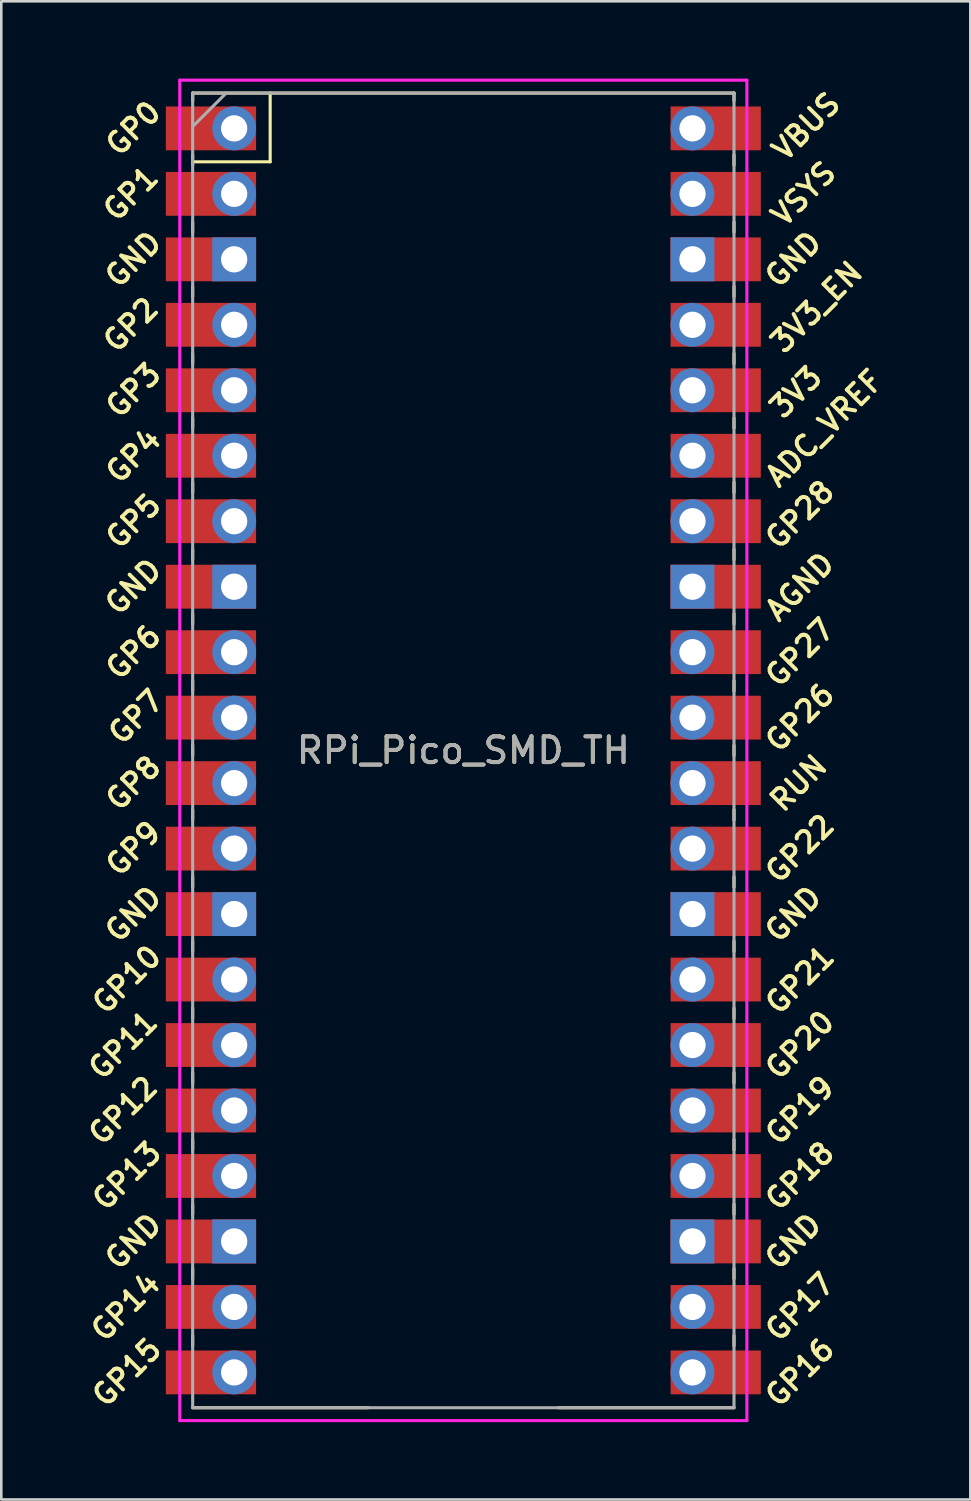
<source format=kicad_pcb>
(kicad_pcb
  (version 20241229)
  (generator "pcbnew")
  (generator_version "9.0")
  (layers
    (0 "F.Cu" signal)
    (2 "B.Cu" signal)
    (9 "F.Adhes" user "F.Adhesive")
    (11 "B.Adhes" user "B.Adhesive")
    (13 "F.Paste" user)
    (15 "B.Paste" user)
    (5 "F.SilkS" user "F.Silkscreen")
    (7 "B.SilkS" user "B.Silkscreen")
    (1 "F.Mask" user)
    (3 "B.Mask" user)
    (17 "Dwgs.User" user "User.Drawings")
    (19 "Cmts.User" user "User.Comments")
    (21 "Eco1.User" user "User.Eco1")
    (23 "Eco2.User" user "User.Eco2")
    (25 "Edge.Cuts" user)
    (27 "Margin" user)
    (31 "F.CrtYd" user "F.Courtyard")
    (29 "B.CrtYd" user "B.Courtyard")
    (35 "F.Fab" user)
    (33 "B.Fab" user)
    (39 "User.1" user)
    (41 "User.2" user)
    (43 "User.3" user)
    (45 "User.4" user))
  (footprint "RPi_Pico_SMD_TH"
    (layer "F.Cu")
    (at 14.924 26.06)
    (property "Reference" "RPi_Pico_SMD_TH" (at 0 0 0) (layer "F.SilkS") (effects (font (size 1 1) (thickness 0.15))))
    (attr through_hole)
    (fp_line (start -10.5 -25.5) (end -10.5 -25.2) (stroke (width 0.12) (type solid)) (layer "F.SilkS"))
    (fp_line (start -10.5 -25.5) (end 10.5 -25.5) (stroke (width 0.12) (type solid)) (layer "F.SilkS"))
    (fp_line (start -10.5 -23.1) (end -10.5 -22.7) (stroke (width 0.12) (type solid)) (layer "F.SilkS"))
    (fp_line (start -10.5 -22.833) (end -7.493 -22.833) (stroke (width 0.12) (type solid)) (layer "F.SilkS"))
    (fp_line (start -10.5 -20.5) (end -10.5 -20.1) (stroke (width 0.12) (type solid)) (layer "F.SilkS"))
    (fp_line (start -10.5 -18) (end -10.5 -17.6) (stroke (width 0.12) (type solid)) (layer "F.SilkS"))
    (fp_line (start -10.5 -15.4) (end -10.5 -15) (stroke (width 0.12) (type solid)) (layer "F.SilkS"))
    (fp_line (start -10.5 -12.9) (end -10.5 -12.5) (stroke (width 0.12) (type solid)) (layer "F.SilkS"))
    (fp_line (start -10.5 -10.4) (end -10.5 -10) (stroke (width 0.12) (type solid)) (layer "F.SilkS"))
    (fp_line (start -10.5 -7.8) (end -10.5 -7.4) (stroke (width 0.12) (type solid)) (layer "F.SilkS"))
    (fp_line (start -10.5 -5.3) (end -10.5 -4.9) (stroke (width 0.12) (type solid)) (layer "F.SilkS"))
    (fp_line (start -10.5 -2.7) (end -10.5 -2.3) (stroke (width 0.12) (type solid)) (layer "F.SilkS"))
    (fp_line (start -10.5 -0.2) (end -10.5 0.2) (stroke (width 0.12) (type solid)) (layer "F.SilkS"))
    (fp_line (start -10.5 2.3) (end -10.5 2.7) (stroke (width 0.12) (type solid)) (layer "F.SilkS"))
    (fp_line (start -10.5 4.9) (end -10.5 5.3) (stroke (width 0.12) (type solid)) (layer "F.SilkS"))
    (fp_line (start -10.5 7.4) (end -10.5 7.8) (stroke (width 0.12) (type solid)) (layer "F.SilkS"))
    (fp_line (start -10.5 10) (end -10.5 10.4) (stroke (width 0.12) (type solid)) (layer "F.SilkS"))
    (fp_line (start -10.5 12.5) (end -10.5 12.9) (stroke (width 0.12) (type solid)) (layer "F.SilkS"))
    (fp_line (start -10.5 15.1) (end -10.5 15.5) (stroke (width 0.12) (type solid)) (layer "F.SilkS"))
    (fp_line (start -10.5 17.6) (end -10.5 18) (stroke (width 0.12) (type solid)) (layer "F.SilkS"))
    (fp_line (start -10.5 20.1) (end -10.5 20.5) (stroke (width 0.12) (type solid)) (layer "F.SilkS"))
    (fp_line (start -10.5 22.7) (end -10.5 23.1) (stroke (width 0.12) (type solid)) (layer "F.SilkS"))
    (fp_line (start -7.493 -22.833) (end -7.493 -25.5) (stroke (width 0.12) (type solid)) (layer "F.SilkS"))
    (fp_line (start -3.7 25.5) (end -10.5 25.5) (stroke (width 0.12) (type solid)) (layer "F.SilkS"))
    (fp_line (start 10.5 -25.5) (end 10.5 -25.2) (stroke (width 0.12) (type solid)) (layer "F.SilkS"))
    (fp_line (start 10.5 -23.1) (end 10.5 -22.7) (stroke (width 0.12) (type solid)) (layer "F.SilkS"))
    (fp_line (start 10.5 -20.5) (end 10.5 -20.1) (stroke (width 0.12) (type solid)) (layer "F.SilkS"))
    (fp_line (start 10.5 -18) (end 10.5 -17.6) (stroke (width 0.12) (type solid)) (layer "F.SilkS"))
    (fp_line (start 10.5 -15.4) (end 10.5 -15) (stroke (width 0.12) (type solid)) (layer "F.SilkS"))
    (fp_line (start 10.5 -12.9) (end 10.5 -12.5) (stroke (width 0.12) (type solid)) (layer "F.SilkS"))
    (fp_line (start 10.5 -10.4) (end 10.5 -10) (stroke (width 0.12) (type solid)) (layer "F.SilkS"))
    (fp_line (start 10.5 -7.8) (end 10.5 -7.4) (stroke (width 0.12) (type solid)) (layer "F.SilkS"))
    (fp_line (start 10.5 -5.3) (end 10.5 -4.9) (stroke (width 0.12) (type solid)) (layer "F.SilkS"))
    (fp_line (start 10.5 -2.7) (end 10.5 -2.3) (stroke (width 0.12) (type solid)) (layer "F.SilkS"))
    (fp_line (start 10.5 -0.2) (end 10.5 0.2) (stroke (width 0.12) (type solid)) (layer "F.SilkS"))
    (fp_line (start 10.5 2.3) (end 10.5 2.7) (stroke (width 0.12) (type solid)) (layer "F.SilkS"))
    (fp_line (start 10.5 4.9) (end 10.5 5.3) (stroke (width 0.12) (type solid)) (layer "F.SilkS"))
    (fp_line (start 10.5 7.4) (end 10.5 7.8) (stroke (width 0.12) (type solid)) (layer "F.SilkS"))
    (fp_line (start 10.5 10) (end 10.5 10.4) (stroke (width 0.12) (type solid)) (layer "F.SilkS"))
    (fp_line (start 10.5 12.5) (end 10.5 12.9) (stroke (width 0.12) (type solid)) (layer "F.SilkS"))
    (fp_line (start 10.5 15.1) (end 10.5 15.5) (stroke (width 0.12) (type solid)) (layer "F.SilkS"))
    (fp_line (start 10.5 17.6) (end 10.5 18) (stroke (width 0.12) (type solid)) (layer "F.SilkS"))
    (fp_line (start 10.5 20.1) (end 10.5 20.5) (stroke (width 0.12) (type solid)) (layer "F.SilkS"))
    (fp_line (start 10.5 22.7) (end 10.5 23.1) (stroke (width 0.12) (type solid)) (layer "F.SilkS"))
    (fp_line (start 10.5 25.5) (end 3.7 25.5) (stroke (width 0.12) (type solid)) (layer "F.SilkS"))
    (fp_line (start -11 -26) (end 11 -26) (stroke (width 0.12) (type solid)) (layer "F.CrtYd"))
    (fp_line (start -11 26) (end -11 -26) (stroke (width 0.12) (type solid)) (layer "F.CrtYd"))
    (fp_line (start 11 -26) (end 11 26) (stroke (width 0.12) (type solid)) (layer "F.CrtYd"))
    (fp_line (start 11 26) (end -11 26) (stroke (width 0.12) (type solid)) (layer "F.CrtYd"))
    (fp_line (start -10.5 -25.5) (end 10.5 -25.5) (stroke (width 0.12) (type solid)) (layer "F.Fab"))
    (fp_line (start -10.5 -24.2) (end -9.2 -25.5) (stroke (width 0.12) (type solid)) (layer "F.Fab"))
    (fp_line (start -10.5 25.5) (end -10.5 -25.5) (stroke (width 0.12) (type solid)) (layer "F.Fab"))
    (fp_line (start 10.5 -25.5) (end 10.5 25.5) (stroke (width 0.12) (type solid)) (layer "F.Fab"))
    (fp_line (start 10.5 25.5) (end -10.5 25.5) (stroke (width 0.12) (type solid)) (layer "F.Fab"))
    (fp_text user "GND" (at -12.8 19.05 45) (layer "F.SilkS") (effects (font (size 0.8 0.8) (thickness 0.15))))
    (fp_text user "GND" (at 12.8 19.05 45) (layer "F.SilkS") (effects (font (size 0.8 0.8) (thickness 0.15))))
    (fp_text user "GP26" (at 13.054 -1.27 45) (layer "F.SilkS") (effects (font (size 0.8 0.8) (thickness 0.15))))
    (fp_text user "GP0" (at -12.8 -24.13 45) (layer "F.SilkS") (effects (font (size 0.8 0.8) (thickness 0.15))))
    (fp_text user "GP13" (at -13.054 16.51 45) (layer "F.SilkS") (effects (font (size 0.8 0.8) (thickness 0.15))))
    (fp_text user "3V3" (at 12.9 -13.9 45) (layer "F.SilkS") (effects (font (size 0.8 0.8) (thickness 0.15))))
    (fp_text user "GP11" (at -13.2 11.43 45) (layer "F.SilkS") (effects (font (size 0.8 0.8) (thickness 0.15))))
    (fp_text user "GP21" (at 13.054 8.9 45) (layer "F.SilkS") (effects (font (size 0.8 0.8) (thickness 0.15))))
    (fp_text user "GND" (at -12.8 -6.35 45) (layer "F.SilkS") (effects (font (size 0.8 0.8) (thickness 0.15))))
    (fp_text user "GP27" (at 13.054 -3.8 45) (layer "F.SilkS") (effects (font (size 0.8 0.8) (thickness 0.15))))
    (fp_text user "GP10" (at -13.054 8.89 45) (layer "F.SilkS") (effects (font (size 0.8 0.8) (thickness 0.15))))
    (fp_text user "GP19" (at 13.054 13.97 45) (layer "F.SilkS") (effects (font (size 0.8 0.8) (thickness 0.15))))
    (fp_text user "GP18" (at 13.054 16.51 45) (layer "F.SilkS") (effects (font (size 0.8 0.8) (thickness 0.15))))
    (fp_text user "GP2" (at -12.9 -16.51 45) (layer "F.SilkS") (effects (font (size 0.8 0.8) (thickness 0.15))))
    (fp_text user "GP3" (at -12.8 -13.97 45) (layer "F.SilkS") (effects (font (size 0.8 0.8) (thickness 0.15))))
    (fp_text user "GP7" (at -12.7 -1.3 45) (layer "F.SilkS") (effects (font (size 0.8 0.8) (thickness 0.15))))
    (fp_text user "GP9" (at -12.8 3.81 45) (layer "F.SilkS") (effects (font (size 0.8 0.8) (thickness 0.15))))
    (fp_text user "GP22" (at 13.054 3.81 45) (layer "F.SilkS") (effects (font (size 0.8 0.8) (thickness 0.15))))
    (fp_text user "GND" (at -12.8 6.35 45) (layer "F.SilkS") (effects (font (size 0.8 0.8) (thickness 0.15))))
    (fp_text user "GP12" (at -13.2 13.97 45) (layer "F.SilkS") (effects (font (size 0.8 0.8) (thickness 0.15))))
    (fp_text user "3V3_EN" (at 13.7 -17.2 45) (layer "F.SilkS") (effects (font (size 0.8 0.8) (thickness 0.15))))
    (fp_text user "VSYS" (at 13.2 -21.59 45) (layer "F.SilkS") (effects (font (size 0.8 0.8) (thickness 0.15))))
    (fp_text user "GND" (at 12.8 6.35 45) (layer "F.SilkS") (effects (font (size 0.8 0.8) (thickness 0.15))))
    (fp_text user "GP6" (at -12.8 -3.81 45) (layer "F.SilkS") (effects (font (size 0.8 0.8) (thickness 0.15))))
    (fp_text user "GND" (at -12.8 -19.05 45) (layer "F.SilkS") (effects (font (size 0.8 0.8) (thickness 0.15))))
    (fp_text user "RUN" (at 13 1.27 45) (layer "F.SilkS") (effects (font (size 0.8 0.8) (thickness 0.15))))
    (fp_text user "GP4" (at -12.8 -11.43 45) (layer "F.SilkS") (effects (font (size 0.8 0.8) (thickness 0.15))))
    (fp_text user "GP16" (at 13.054 24.13 45) (layer "F.SilkS") (effects (font (size 0.8 0.8) (thickness 0.15))))
    (fp_text user "GP5" (at -12.8 -8.89 45) (layer "F.SilkS") (effects (font (size 0.8 0.8) (thickness 0.15))))
    (fp_text user "GP14" (at -13.1 21.59 45) (layer "F.SilkS") (effects (font (size 0.8 0.8) (thickness 0.15))))
    (fp_text user "GP8" (at -12.8 1.27 45) (layer "F.SilkS") (effects (font (size 0.8 0.8) (thickness 0.15))))
    (fp_text user "VBUS" (at 13.3 -24.2 45) (layer "F.SilkS") (effects (font (size 0.8 0.8) (thickness 0.15))))
    (fp_text user "GP15" (at -13.054 24.13 45) (layer "F.SilkS") (effects (font (size 0.8 0.8) (thickness 0.15))))
    (fp_text user "AGND" (at 13.054 -6.35 45) (layer "F.SilkS") (effects (font (size 0.8 0.8) (thickness 0.15))))
    (fp_text user "GP20" (at 13.054 11.43 45) (layer "F.SilkS") (effects (font (size 0.8 0.8) (thickness 0.15))))
    (fp_text user "GP1" (at -12.9 -21.6 45) (layer "F.SilkS") (effects (font (size 0.8 0.8) (thickness 0.15))))
    (fp_text user "ADC_VREF" (at 14 -12.5 45) (layer "F.SilkS") (effects (font (size 0.8 0.8) (thickness 0.15))))
    (fp_text user "GP17" (at 13.054 21.59 45) (layer "F.SilkS") (effects (font (size 0.8 0.8) (thickness 0.15))))
    (fp_text user "GP28" (at 13.054 -9.144 45) (layer "F.SilkS") (effects (font (size 0.8 0.8) (thickness 0.15))))
    (fp_text user "GND" (at 12.8 -19.05 45) (layer "F.SilkS") (effects (font (size 0.8 0.8) (thickness 0.15))))
    (fp_text user "${REFERENCE}" (at 0 0 180) (layer "F.Fab") (effects (font (size 1 1) (thickness 0.15))))
    (pad "1" thru_hole oval (at -8.89 -24.13) (size 1.7 1.7) (drill 1.02) (layers "*.Cu" "*.Mask"))
    (pad "1" smd rect (at -8.89 -24.13) (size 3.5 1.7) (drill (offset -0.9 0)) (layers "F.Cu" "F.Mask"))
    (pad "2" thru_hole oval (at -8.89 -21.59) (size 1.7 1.7) (drill 1.02) (layers "*.Cu" "*.Mask"))
    (pad "2" smd rect (at -8.89 -21.59) (size 3.5 1.7) (drill (offset -0.9 0)) (layers "F.Cu" "F.Mask"))
    (pad "3" thru_hole rect (at -8.89 -19.05) (size 1.7 1.7) (drill 1.02) (layers "*.Cu" "*.Mask"))
    (pad "3" smd rect (at -8.89 -19.05) (size 3.5 1.7) (drill (offset -0.9 0)) (layers "F.Cu" "F.Mask"))
    (pad "4" thru_hole oval (at -8.89 -16.51) (size 1.7 1.7) (drill 1.02) (layers "*.Cu" "*.Mask"))
    (pad "4" smd rect (at -8.89 -16.51) (size 3.5 1.7) (drill (offset -0.9 0)) (layers "F.Cu" "F.Mask"))
    (pad "5" thru_hole oval (at -8.89 -13.97) (size 1.7 1.7) (drill 1.02) (layers "*.Cu" "*.Mask"))
    (pad "5" smd rect (at -8.89 -13.97) (size 3.5 1.7) (drill (offset -0.9 0)) (layers "F.Cu" "F.Mask"))
    (pad "6" thru_hole oval (at -8.89 -11.43) (size 1.7 1.7) (drill 1.02) (layers "*.Cu" "*.Mask"))
    (pad "6" smd rect (at -8.89 -11.43) (size 3.5 1.7) (drill (offset -0.9 0)) (layers "F.Cu" "F.Mask"))
    (pad "7" thru_hole oval (at -8.89 -8.89) (size 1.7 1.7) (drill 1.02) (layers "*.Cu" "*.Mask"))
    (pad "7" smd rect (at -8.89 -8.89) (size 3.5 1.7) (drill (offset -0.9 0)) (layers "F.Cu" "F.Mask"))
    (pad "8" thru_hole rect (at -8.89 -6.35) (size 1.7 1.7) (drill 1.02) (layers "*.Cu" "*.Mask"))
    (pad "8" smd rect (at -8.89 -6.35) (size 3.5 1.7) (drill (offset -0.9 0)) (layers "F.Cu" "F.Mask"))
    (pad "9" thru_hole oval (at -8.89 -3.81) (size 1.7 1.7) (drill 1.02) (layers "*.Cu" "*.Mask"))
    (pad "9" smd rect (at -8.89 -3.81) (size 3.5 1.7) (drill (offset -0.9 0)) (layers "F.Cu" "F.Mask"))
    (pad "10" thru_hole oval (at -8.89 -1.27) (size 1.7 1.7) (drill 1.02) (layers "*.Cu" "*.Mask"))
    (pad "10" smd rect (at -8.89 -1.27) (size 3.5 1.7) (drill (offset -0.9 0)) (layers "F.Cu" "F.Mask"))
    (pad "11" thru_hole oval (at -8.89 1.27) (size 1.7 1.7) (drill 1.02) (layers "*.Cu" "*.Mask"))
    (pad "11" smd rect (at -8.89 1.27) (size 3.5 1.7) (drill (offset -0.9 0)) (layers "F.Cu" "F.Mask"))
    (pad "12" thru_hole oval (at -8.89 3.81) (size 1.7 1.7) (drill 1.02) (layers "*.Cu" "*.Mask"))
    (pad "12" smd rect (at -8.89 3.81) (size 3.5 1.7) (drill (offset -0.9 0)) (layers "F.Cu" "F.Mask"))
    (pad "13" thru_hole rect (at -8.89 6.35) (size 1.7 1.7) (drill 1.02) (layers "*.Cu" "*.Mask"))
    (pad "13" smd rect (at -8.89 6.35) (size 3.5 1.7) (drill (offset -0.9 0)) (layers "F.Cu" "F.Mask"))
    (pad "14" thru_hole oval (at -8.89 8.89) (size 1.7 1.7) (drill 1.02) (layers "*.Cu" "*.Mask"))
    (pad "14" smd rect (at -8.89 8.89) (size 3.5 1.7) (drill (offset -0.9 0)) (layers "F.Cu" "F.Mask"))
    (pad "15" thru_hole oval (at -8.89 11.43) (size 1.7 1.7) (drill 1.02) (layers "*.Cu" "*.Mask"))
    (pad "15" smd rect (at -8.89 11.43) (size 3.5 1.7) (drill (offset -0.9 0)) (layers "F.Cu" "F.Mask"))
    (pad "16" thru_hole oval (at -8.89 13.97) (size 1.7 1.7) (drill 1.02) (layers "*.Cu" "*.Mask"))
    (pad "16" smd rect (at -8.89 13.97) (size 3.5 1.7) (drill (offset -0.9 0)) (layers "F.Cu" "F.Mask"))
    (pad "17" thru_hole oval (at -8.89 16.51) (size 1.7 1.7) (drill 1.02) (layers "*.Cu" "*.Mask"))
    (pad "17" smd rect (at -8.89 16.51) (size 3.5 1.7) (drill (offset -0.9 0)) (layers "F.Cu" "F.Mask"))
    (pad "18" thru_hole rect (at -8.89 19.05) (size 1.7 1.7) (drill 1.02) (layers "*.Cu" "*.Mask"))
    (pad "18" smd rect (at -8.89 19.05) (size 3.5 1.7) (drill (offset -0.9 0)) (layers "F.Cu" "F.Mask"))
    (pad "19" thru_hole oval (at -8.89 21.59) (size 1.7 1.7) (drill 1.02) (layers "*.Cu" "*.Mask"))
    (pad "19" smd rect (at -8.89 21.59) (size 3.5 1.7) (drill (offset -0.9 0)) (layers "F.Cu" "F.Mask"))
    (pad "20" thru_hole oval (at -8.89 24.13) (size 1.7 1.7) (drill 1.02) (layers "*.Cu" "*.Mask"))
    (pad "20" smd rect (at -8.89 24.13) (size 3.5 1.7) (drill (offset -0.9 0)) (layers "F.Cu" "F.Mask"))
    (pad "21" thru_hole oval (at 8.89 24.13) (size 1.7 1.7) (drill 1.02) (layers "*.Cu" "*.Mask"))
    (pad "21" smd rect (at 8.89 24.13) (size 3.5 1.7) (drill (offset 0.9 0)) (layers "F.Cu" "F.Mask"))
    (pad "22" thru_hole oval (at 8.89 21.59) (size 1.7 1.7) (drill 1.02) (layers "*.Cu" "*.Mask"))
    (pad "22" smd rect (at 8.89 21.59) (size 3.5 1.7) (drill (offset 0.9 0)) (layers "F.Cu" "F.Mask"))
    (pad "23" thru_hole rect (at 8.89 19.05) (size 1.7 1.7) (drill 1.02) (layers "*.Cu" "*.Mask"))
    (pad "23" smd rect (at 8.89 19.05) (size 3.5 1.7) (drill (offset 0.9 0)) (layers "F.Cu" "F.Mask"))
    (pad "24" thru_hole oval (at 8.89 16.51) (size 1.7 1.7) (drill 1.02) (layers "*.Cu" "*.Mask"))
    (pad "24" smd rect (at 8.89 16.51) (size 3.5 1.7) (drill (offset 0.9 0)) (layers "F.Cu" "F.Mask"))
    (pad "25" thru_hole oval (at 8.89 13.97) (size 1.7 1.7) (drill 1.02) (layers "*.Cu" "*.Mask"))
    (pad "25" smd rect (at 8.89 13.97) (size 3.5 1.7) (drill (offset 0.9 0)) (layers "F.Cu" "F.Mask"))
    (pad "26" thru_hole oval (at 8.89 11.43) (size 1.7 1.7) (drill 1.02) (layers "*.Cu" "*.Mask"))
    (pad "26" smd rect (at 8.89 11.43) (size 3.5 1.7) (drill (offset 0.9 0)) (layers "F.Cu" "F.Mask"))
    (pad "27" thru_hole oval (at 8.89 8.89) (size 1.7 1.7) (drill 1.02) (layers "*.Cu" "*.Mask"))
    (pad "27" smd rect (at 8.89 8.89) (size 3.5 1.7) (drill (offset 0.9 0)) (layers "F.Cu" "F.Mask"))
    (pad "28" thru_hole rect (at 8.89 6.35) (size 1.7 1.7) (drill 1.02) (layers "*.Cu" "*.Mask"))
    (pad "28" smd rect (at 8.89 6.35) (size 3.5 1.7) (drill (offset 0.9 0)) (layers "F.Cu" "F.Mask"))
    (pad "29" thru_hole oval (at 8.89 3.81) (size 1.7 1.7) (drill 1.02) (layers "*.Cu" "*.Mask"))
    (pad "29" smd rect (at 8.89 3.81) (size 3.5 1.7) (drill (offset 0.9 0)) (layers "F.Cu" "F.Mask"))
    (pad "30" thru_hole oval (at 8.89 1.27) (size 1.7 1.7) (drill 1.02) (layers "*.Cu" "*.Mask"))
    (pad "30" smd rect (at 8.89 1.27) (size 3.5 1.7) (drill (offset 0.9 0)) (layers "F.Cu" "F.Mask"))
    (pad "31" thru_hole oval (at 8.89 -1.27) (size 1.7 1.7) (drill 1.02) (layers "*.Cu" "*.Mask"))
    (pad "31" smd rect (at 8.89 -1.27) (size 3.5 1.7) (drill (offset 0.9 0)) (layers "F.Cu" "F.Mask"))
    (pad "32" thru_hole oval (at 8.89 -3.81) (size 1.7 1.7) (drill 1.02) (layers "*.Cu" "*.Mask"))
    (pad "32" smd rect (at 8.89 -3.81) (size 3.5 1.7) (drill (offset 0.9 0)) (layers "F.Cu" "F.Mask"))
    (pad "33" thru_hole rect (at 8.89 -6.35) (size 1.7 1.7) (drill 1.02) (layers "*.Cu" "*.Mask"))
    (pad "33" smd rect (at 8.89 -6.35) (size 3.5 1.7) (drill (offset 0.9 0)) (layers "F.Cu" "F.Mask"))
    (pad "34" thru_hole oval (at 8.89 -8.89) (size 1.7 1.7) (drill 1.02) (layers "*.Cu" "*.Mask"))
    (pad "34" smd rect (at 8.89 -8.89) (size 3.5 1.7) (drill (offset 0.9 0)) (layers "F.Cu" "F.Mask"))
    (pad "35" thru_hole oval (at 8.89 -11.43) (size 1.7 1.7) (drill 1.02) (layers "*.Cu" "*.Mask"))
    (pad "35" smd rect (at 8.89 -11.43) (size 3.5 1.7) (drill (offset 0.9 0)) (layers "F.Cu" "F.Mask"))
    (pad "36" thru_hole oval (at 8.89 -13.97) (size 1.7 1.7) (drill 1.02) (layers "*.Cu" "*.Mask"))
    (pad "36" smd rect (at 8.89 -13.97) (size 3.5 1.7) (drill (offset 0.9 0)) (layers "F.Cu" "F.Mask"))
    (pad "37" thru_hole oval (at 8.89 -16.51) (size 1.7 1.7) (drill 1.02) (layers "*.Cu" "*.Mask"))
    (pad "37" smd rect (at 8.89 -16.51) (size 3.5 1.7) (drill (offset 0.9 0)) (layers "F.Cu" "F.Mask"))
    (pad "38" thru_hole rect (at 8.89 -19.05) (size 1.7 1.7) (drill 1.02) (layers "*.Cu" "*.Mask"))
    (pad "38" smd rect (at 8.89 -19.05) (size 3.5 1.7) (drill (offset 0.9 0)) (layers "F.Cu" "F.Mask"))
    (pad "39" thru_hole oval (at 8.89 -21.59) (size 1.7 1.7) (drill 1.02) (layers "*.Cu" "*.Mask"))
    (pad "39" smd rect (at 8.89 -21.59) (size 3.5 1.7) (drill (offset 0.9 0)) (layers "F.Cu" "F.Mask"))
    (pad "40" thru_hole oval (at 8.89 -24.13) (size 1.7 1.7) (drill 1.02) (layers "*.Cu" "*.Mask"))
    (pad "40" smd rect (at 8.89 -24.13) (size 3.5 1.7) (drill (offset 0.9 0)) (layers "F.Cu" "F.Mask")))
  (gr_rect
    (start -3 -3)
    (end 34.591 55.12)
    (stroke (width 0.1) (type default))
    (fill no)
    (layer "Edge.Cuts")))
</source>
